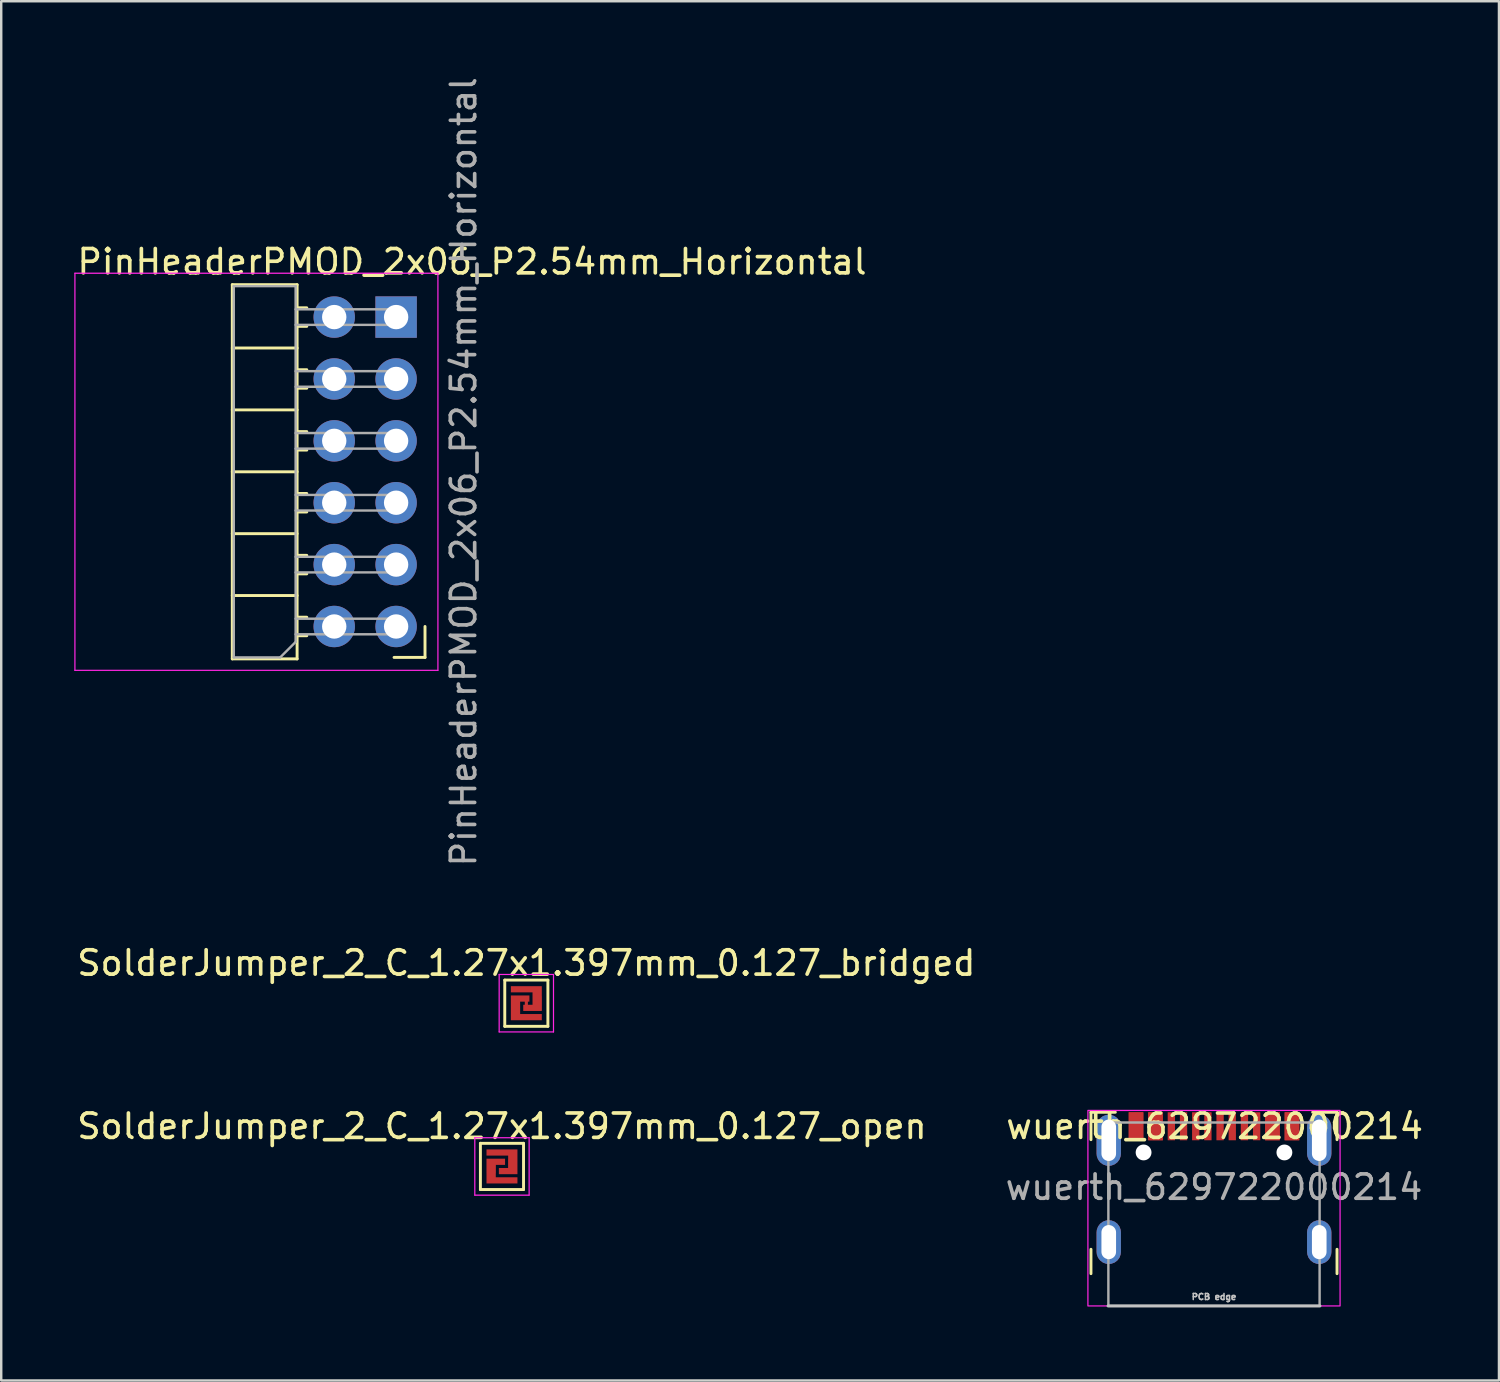
<source format=kicad_pcb>
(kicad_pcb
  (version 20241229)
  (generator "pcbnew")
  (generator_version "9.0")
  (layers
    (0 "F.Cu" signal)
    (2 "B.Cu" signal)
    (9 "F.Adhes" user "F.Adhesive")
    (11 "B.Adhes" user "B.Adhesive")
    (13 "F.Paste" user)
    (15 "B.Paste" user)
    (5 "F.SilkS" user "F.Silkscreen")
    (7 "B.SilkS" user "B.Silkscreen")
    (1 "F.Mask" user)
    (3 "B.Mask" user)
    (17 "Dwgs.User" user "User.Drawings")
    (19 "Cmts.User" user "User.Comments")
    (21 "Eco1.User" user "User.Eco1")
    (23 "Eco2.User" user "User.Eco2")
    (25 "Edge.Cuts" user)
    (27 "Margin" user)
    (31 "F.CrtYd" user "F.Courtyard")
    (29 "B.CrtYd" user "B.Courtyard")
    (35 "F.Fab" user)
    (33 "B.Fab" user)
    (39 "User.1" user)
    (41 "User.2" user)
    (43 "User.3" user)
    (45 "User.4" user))
  (footprint "PinHeaderPMOD_2x06_P2.54mm_Horizontal"
    (layer "F.Cu")
    (at 10.669 9.965)
    (property "Reference" "PinHeaderPMOD_2x06_P2.54mm_Horizontal" (at 5.655 -2.27 0) (layer "F.SilkS") (effects (font (size 1 1) (thickness 0.15))))
    (attr through_hole)
    (fp_line (start -4.184 -1.33) (end -4.184 14.03) (stroke (width 0.12) (type solid)) (layer "F.SilkS"))
    (fp_line (start -4.184 14.03) (end -1.524 14.03) (stroke (width 0.12) (type solid)) (layer "F.SilkS"))
    (fp_line (start -1.524 -1.33) (end -4.184 -1.33) (stroke (width 0.12) (type solid)) (layer "F.SilkS"))
    (fp_line (start -1.524 1.27) (end -4.184 1.27) (stroke (width 0.12) (type solid)) (layer "F.SilkS"))
    (fp_line (start -1.524 3.81) (end -4.184 3.81) (stroke (width 0.12) (type solid)) (layer "F.SilkS"))
    (fp_line (start -1.524 6.35) (end -4.184 6.35) (stroke (width 0.12) (type solid)) (layer "F.SilkS"))
    (fp_line (start -1.524 8.89) (end -4.184 8.89) (stroke (width 0.12) (type solid)) (layer "F.SilkS"))
    (fp_line (start -1.524 11.43) (end -4.184 11.43) (stroke (width 0.12) (type solid)) (layer "F.SilkS"))
    (fp_line (start -1.524 14.03) (end -1.524 -1.33) (stroke (width 0.12) (type solid)) (layer "F.SilkS"))
    (fp_line (start -1.127 -0.38) (end -1.524 -0.38) (stroke (width 0.12) (type solid)) (layer "F.SilkS"))
    (fp_line (start -1.127 0.38) (end -1.524 0.38) (stroke (width 0.12) (type solid)) (layer "F.SilkS"))
    (fp_line (start -1.127 2.16) (end -1.524 2.16) (stroke (width 0.12) (type solid)) (layer "F.SilkS"))
    (fp_line (start -1.127 2.92) (end -1.524 2.92) (stroke (width 0.12) (type solid)) (layer "F.SilkS"))
    (fp_line (start -1.127 4.7) (end -1.524 4.7) (stroke (width 0.12) (type solid)) (layer "F.SilkS"))
    (fp_line (start -1.127 5.46) (end -1.524 5.46) (stroke (width 0.12) (type solid)) (layer "F.SilkS"))
    (fp_line (start -1.127 7.24) (end -1.524 7.24) (stroke (width 0.12) (type solid)) (layer "F.SilkS"))
    (fp_line (start -1.127 8) (end -1.524 8) (stroke (width 0.12) (type solid)) (layer "F.SilkS"))
    (fp_line (start -1.127 9.78) (end -1.524 9.78) (stroke (width 0.12) (type solid)) (layer "F.SilkS"))
    (fp_line (start -1.127 10.54) (end -1.524 10.54) (stroke (width 0.12) (type solid)) (layer "F.SilkS"))
    (fp_line (start -1.127 12.32) (end -1.524 12.32) (stroke (width 0.12) (type solid)) (layer "F.SilkS"))
    (fp_line (start -1.127 13.08) (end -1.524 13.08) (stroke (width 0.12) (type solid)) (layer "F.SilkS"))
    (fp_line (start 3.726 12.7) (end 3.726 13.97) (stroke (width 0.12) (type solid)) (layer "F.SilkS"))
    (fp_line (start 3.726 13.97) (end 2.456 13.97) (stroke (width 0.12) (type solid)) (layer "F.SilkS"))
    (fp_line (start -10.644 -1.8) (end -10.644 14.5) (stroke (width 0.05) (type solid)) (layer "F.CrtYd"))
    (fp_line (start -10.644 14.5) (end 4.256 14.5) (stroke (width 0.05) (type solid)) (layer "F.CrtYd"))
    (fp_line (start 4.256 -1.8) (end -10.644 -1.8) (stroke (width 0.05) (type solid)) (layer "F.CrtYd"))
    (fp_line (start 4.256 14.5) (end 4.256 -1.8) (stroke (width 0.05) (type solid)) (layer "F.CrtYd"))
    (fp_line (start -4.124 -1.27) (end -1.584 -1.27) (stroke (width 0.1) (type solid)) (layer "F.Fab"))
    (fp_line (start -4.124 13.97) (end -4.124 -1.27) (stroke (width 0.1) (type solid)) (layer "F.Fab"))
    (fp_line (start -2.219 13.97) (end -4.124 13.97) (stroke (width 0.1) (type solid)) (layer "F.Fab"))
    (fp_line (start -1.584 -1.27) (end -1.584 13.335) (stroke (width 0.1) (type solid)) (layer "F.Fab"))
    (fp_line (start -1.584 13.335) (end -2.219 13.97) (stroke (width 0.1) (type solid)) (layer "F.Fab"))
    (fp_line (start 2.776 -0.32) (end -1.584 -0.32) (stroke (width 0.1) (type solid)) (layer "F.Fab"))
    (fp_line (start 2.776 0.32) (end -1.584 0.32) (stroke (width 0.1) (type solid)) (layer "F.Fab"))
    (fp_line (start 2.776 0.32) (end 2.776 -0.32) (stroke (width 0.1) (type solid)) (layer "F.Fab"))
    (fp_line (start 2.776 2.22) (end -1.584 2.22) (stroke (width 0.1) (type solid)) (layer "F.Fab"))
    (fp_line (start 2.776 2.86) (end -1.584 2.86) (stroke (width 0.1) (type solid)) (layer "F.Fab"))
    (fp_line (start 2.776 2.86) (end 2.776 2.22) (stroke (width 0.1) (type solid)) (layer "F.Fab"))
    (fp_line (start 2.776 4.76) (end -1.584 4.76) (stroke (width 0.1) (type solid)) (layer "F.Fab"))
    (fp_line (start 2.776 5.4) (end -1.584 5.4) (stroke (width 0.1) (type solid)) (layer "F.Fab"))
    (fp_line (start 2.776 5.4) (end 2.776 4.76) (stroke (width 0.1) (type solid)) (layer "F.Fab"))
    (fp_line (start 2.776 7.3) (end -1.584 7.3) (stroke (width 0.1) (type solid)) (layer "F.Fab"))
    (fp_line (start 2.776 7.94) (end -1.584 7.94) (stroke (width 0.1) (type solid)) (layer "F.Fab"))
    (fp_line (start 2.776 7.94) (end 2.776 7.3) (stroke (width 0.1) (type solid)) (layer "F.Fab"))
    (fp_line (start 2.776 9.84) (end -1.584 9.84) (stroke (width 0.1) (type solid)) (layer "F.Fab"))
    (fp_line (start 2.776 10.48) (end -1.584 10.48) (stroke (width 0.1) (type solid)) (layer "F.Fab"))
    (fp_line (start 2.776 10.48) (end 2.776 9.84) (stroke (width 0.1) (type solid)) (layer "F.Fab"))
    (fp_line (start 2.776 12.38) (end -1.584 12.38) (stroke (width 0.1) (type solid)) (layer "F.Fab"))
    (fp_line (start 2.776 13.02) (end -1.584 13.02) (stroke (width 0.1) (type solid)) (layer "F.Fab"))
    (fp_line (start 2.776 13.02) (end 2.776 12.38) (stroke (width 0.1) (type solid)) (layer "F.Fab"))
    (fp_text user "${REFERENCE}" (at 5.31 6.35 90) (layer "F.Fab") (effects (font (size 1 1) (thickness 0.15))))
    (pad "1" thru_hole rect (at 2.54 0) (size 1.7 1.7) (drill 1) (layers "*.Cu" "*.Mask"))
    (pad "2" thru_hole oval (at 2.54 2.54) (size 1.7 1.7) (drill 1) (layers "*.Cu" "*.Mask"))
    (pad "3" thru_hole oval (at 2.54 5.08) (size 1.7 1.7) (drill 1) (layers "*.Cu" "*.Mask"))
    (pad "4" thru_hole oval (at 2.54 7.62) (size 1.7 1.7) (drill 1) (layers "*.Cu" "*.Mask"))
    (pad "5" thru_hole oval (at 2.54 10.16) (size 1.7 1.7) (drill 1) (layers "*.Cu" "*.Mask"))
    (pad "6" thru_hole oval (at 2.54 12.7) (size 1.7 1.7) (drill 1) (layers "*.Cu" "*.Mask"))
    (pad "7" thru_hole circle (at 0 0) (size 1.7 1.7) (drill 1) (layers "*.Cu" "*.Mask"))
    (pad "8" thru_hole oval (at 0 2.54) (size 1.7 1.7) (drill 1) (layers "*.Cu" "*.Mask"))
    (pad "9" thru_hole oval (at 0 5.08) (size 1.7 1.7) (drill 1) (layers "*.Cu" "*.Mask"))
    (pad "10" thru_hole oval (at 0 7.62) (size 1.7 1.7) (drill 1) (layers "*.Cu" "*.Mask"))
    (pad "11" thru_hole oval (at 0 10.16) (size 1.7 1.7) (drill 1) (layers "*.Cu" "*.Mask"))
    (pad "12" thru_hole oval (at 0 12.7) (size 1.7 1.7) (drill 1) (layers "*.Cu" "*.Mask")))
  (footprint "SolderJumper_2_C_1.27x1.397mm_0.127_open"
    (layer "F.Cu")
    (at 17.554 44.828)
    (property "Reference" "SolderJumper_2_C_1.27x1.397mm_0.127_open" (at 0 -1.649 0) (layer "F.SilkS") (effects (font (size 1 1) (thickness 0.15))))
    (attr through_hole)
    (fp_poly (pts (xy -0.635 0.699) (xy 0.635 0.699) (xy 0.635 0.445) (xy -0.254 0.445) (xy -0.254 -0.064) (xy 0.127 -0.064) (xy 0.127 -0.318) (xy -0.635 -0.318)) (stroke (width 0) (type solid)) (fill yes) (layer "F.Cu"))
    (fp_poly (pts (xy 0.635 -0.699) (xy -0.635 -0.699) (xy -0.635 -0.445) (xy 0.254 -0.445) (xy 0.254 0.064) (xy -0.127 0.064) (xy -0.127 0.318) (xy 0.635 0.318)) (stroke (width 0) (type solid)) (fill yes) (layer "F.Cu"))
    (fp_poly (pts (xy 0.699 0.762) (xy -0.699 0.762) (xy -0.699 -0.762) (xy 0.699 -0.762)) (stroke (width 0) (type solid)) (fill yes) (layer "F.Mask"))
    (fp_line (start -0.885 -0.949) (end -0.885 0.949) (stroke (width 0.12) (type solid)) (layer "F.SilkS"))
    (fp_line (start -0.885 0.949) (end 0.885 0.949) (stroke (width 0.12) (type solid)) (layer "F.SilkS"))
    (fp_line (start 0.885 -0.949) (end -0.885 -0.949) (stroke (width 0.12) (type solid)) (layer "F.SilkS"))
    (fp_line (start 0.885 0.949) (end 0.885 -0.949) (stroke (width 0.12) (type solid)) (layer "F.SilkS"))
    (fp_line (start -1.115 -1.179) (end -1.115 1.179) (stroke (width 0.05) (type solid)) (layer "F.CrtYd"))
    (fp_line (start -1.115 1.179) (end 1.115 1.179) (stroke (width 0.05) (type solid)) (layer "F.CrtYd"))
    (fp_line (start 1.115 -1.179) (end -1.115 -1.179) (stroke (width 0.05) (type solid)) (layer "F.CrtYd"))
    (fp_line (start 1.115 1.179) (end 1.115 -1.179) (stroke (width 0.05) (type solid)) (layer "F.CrtYd"))
    (pad "1" smd rect (at -0.445 0) (size 0.343 0.572) (layers "F.Cu"))
    (pad "2" smd rect (at 0.445 0) (size 0.343 0.572) (layers "F.Cu")))
  (footprint "wuerth_629722000214"
    (layer "F.Cu")
    (at 46.78 45.589)
    (property "Reference" "wuerth_629722000214" (at 0.025 -2.41 0) (unlocked yes) (layer "F.SilkS") (effects (font (size 1 1) (thickness 0.15))))
    (attr smd)
    (fp_line (start -5.05 -2.985) (end -5.05 -1.86) (stroke (width 0.12) (type solid)) (layer "F.SilkS"))
    (fp_line (start -5.05 2.64) (end -5.05 3.64) (stroke (width 0.12) (type solid)) (layer "F.SilkS"))
    (fp_line (start -4.05 -2.985) (end -5.05 -2.985) (stroke (width 0.12) (type solid)) (layer "F.SilkS"))
    (fp_line (start 5.05 -2.985) (end 4.05 -2.985) (stroke (width 0.12) (type solid)) (layer "F.SilkS"))
    (fp_line (start 5.05 -1.86) (end 5.05 -2.985) (stroke (width 0.12) (type solid)) (layer "F.SilkS"))
    (fp_line (start 5.05 2.64) (end 5.05 3.64) (stroke (width 0.12) (type solid)) (layer "F.SilkS"))
    (fp_line (start -4.35 4.965) (end 4.35 4.965) (stroke (width 0.12) (type solid)) (layer "Dwgs.User"))
    (fp_rect (start -5.175 -3.06) (end 5.175 4.965) (stroke (width 0.05) (type solid)) (fill no) (layer "F.CrtYd"))
    (fp_rect (start -4.335 -2.565) (end 4.335 4.965) (stroke (width 0.1) (type default)) (fill no) (layer "F.Fab"))
    (fp_text user "PCB edge" (at 0 4.59 0) (unlocked yes) (layer "Dwgs.User") (effects (font (size 0.25 0.25) (thickness 0.062))))
    (fp_text user "${REFERENCE}" (at 0 0.09 0) (unlocked yes) (layer "F.Fab") (effects (font (size 1 1) (thickness 0.15))))
    (pad "" np_thru_hole circle (at -2.89 -1.335) (size 0.65 0.65) (drill 0.65) (layers "*.Cu"))
    (pad "" np_thru_hole circle (at 2.89 -1.335) (size 0.65 0.65) (drill 0.65) (layers "*.Cu"))
    (pad "A1" smd rect (at -3.2 -2.41) (size 0.6 1.15) (layers "F.Cu" "F.Mask" "F.Paste"))
    (pad "A4" smd rect (at -2.4 -2.41) (size 0.6 1.15) (layers "F.Cu" "F.Mask" "F.Paste"))
    (pad "A5" smd rect (at -1.25 -2.41) (size 0.3 1.15) (layers "F.Cu" "F.Mask" "F.Paste"))
    (pad "A6" smd rect (at -0.25 -2.41) (size 0.3 1.15) (layers "F.Cu" "F.Mask" "F.Paste"))
    (pad "A7" smd rect (at 0.25 -2.41) (size 0.3 1.15) (layers "F.Cu" "F.Mask" "F.Paste"))
    (pad "A8" smd rect (at 1.25 -2.41) (size 0.3 1.15) (layers "F.Cu" "F.Mask" "F.Paste"))
    (pad "A9" smd rect (at 2.4 -2.41) (size 0.6 1.15) (layers "F.Cu" "F.Mask" "F.Paste"))
    (pad "A12" smd rect (at 3.2 -2.41) (size 0.6 1.15) (layers "F.Cu" "F.Mask" "F.Paste"))
    (pad "B1" smd rect (at 3.2 -2.41) (size 0.6 1.15) (layers "F.Cu" "F.Mask" "F.Paste"))
    (pad "B4" smd rect (at 2.4 -2.41) (size 0.6 1.15) (layers "F.Cu" "F.Mask" "F.Paste"))
    (pad "B5" smd rect (at 1.75 -2.41) (size 0.3 1.15) (layers "F.Cu" "F.Mask" "F.Paste"))
    (pad "B6" smd rect (at 0.75 -2.41) (size 0.3 1.15) (layers "F.Cu" "F.Mask" "F.Paste"))
    (pad "B7" smd rect (at -0.75 -2.41) (size 0.3 1.15) (layers "F.Cu" "F.Mask" "F.Paste"))
    (pad "B8" smd rect (at -1.75 -2.41) (size 0.3 1.15) (layers "F.Cu" "F.Mask" "F.Paste"))
    (pad "B9" smd rect (at -2.4 -2.41) (size 0.6 1.15) (layers "F.Cu" "F.Mask" "F.Paste"))
    (pad "B12" smd rect (at -3.2 -2.41) (size 0.6 1.15) (layers "F.Cu" "F.Mask" "F.Paste"))
    (pad "S1" thru_hole roundrect (at -4.32 -1.835) (size 1 2.1) (drill oval 0.6 1.7) (layers "*.Cu" "*.Mask") (roundrect_rratio 0.5))
    (pad "S1" thru_hole roundrect (at -4.32 2.345) (size 1 1.8) (drill oval 0.6 1.4) (layers "*.Cu" "*.Mask") (roundrect_rratio 0.5))
    (pad "S1" thru_hole roundrect (at 4.32 -1.835) (size 1 2.1) (drill oval 0.6 1.7) (layers "*.Cu" "*.Mask") (roundrect_rratio 0.5))
    (pad "S1" thru_hole roundrect (at 4.32 2.345) (size 1 1.8) (drill oval 0.6 1.4) (layers "*.Cu" "*.Mask") (roundrect_rratio 0.5)))
  (footprint "SolderJumper_2_C_1.27x1.397mm_0.127_bridged"
    (layer "F.Cu")
    (at 18.554 38.128)
    (property "Reference" "SolderJumper_2_C_1.27x1.397mm_0.127_bridged" (at 0 -1.649 0) (layer "F.SilkS") (effects (font (size 1 1) (thickness 0.15))))
    (attr through_hole)
    (fp_poly (pts (xy 0.064 0.191) (xy -0.064 0.191) (xy -0.064 -0.191) (xy 0.064 -0.191)) (stroke (width 0) (type solid)) (fill yes) (layer "F.Cu"))
    (fp_poly (pts (xy -0.635 0.699) (xy 0.635 0.699) (xy 0.635 0.445) (xy -0.254 0.445) (xy -0.254 -0.064) (xy 0.127 -0.064) (xy 0.127 -0.318) (xy -0.635 -0.318)) (stroke (width 0) (type solid)) (fill yes) (layer "F.Cu"))
    (fp_poly (pts (xy 0.635 -0.699) (xy -0.635 -0.699) (xy -0.635 -0.445) (xy 0.254 -0.445) (xy 0.254 0.064) (xy -0.127 0.064) (xy -0.127 0.318) (xy 0.635 0.318)) (stroke (width 0) (type solid)) (fill yes) (layer "F.Cu"))
    (fp_poly (pts (xy 0.699 0.762) (xy -0.699 0.762) (xy -0.699 -0.762) (xy 0.699 -0.762)) (stroke (width 0) (type solid)) (fill yes) (layer "F.Mask"))
    (fp_line (start -0.885 -0.949) (end -0.885 0.949) (stroke (width 0.12) (type solid)) (layer "F.SilkS"))
    (fp_line (start -0.885 0.949) (end 0.885 0.949) (stroke (width 0.12) (type solid)) (layer "F.SilkS"))
    (fp_line (start 0.885 -0.949) (end -0.885 -0.949) (stroke (width 0.12) (type solid)) (layer "F.SilkS"))
    (fp_line (start 0.885 0.949) (end 0.885 -0.949) (stroke (width 0.12) (type solid)) (layer "F.SilkS"))
    (fp_line (start -1.115 -1.179) (end -1.115 1.179) (stroke (width 0.05) (type solid)) (layer "F.CrtYd"))
    (fp_line (start -1.115 1.179) (end 1.115 1.179) (stroke (width 0.05) (type solid)) (layer "F.CrtYd"))
    (fp_line (start 1.115 -1.179) (end -1.115 -1.179) (stroke (width 0.05) (type solid)) (layer "F.CrtYd"))
    (fp_line (start 1.115 1.179) (end 1.115 -1.179) (stroke (width 0.05) (type solid)) (layer "F.CrtYd"))
    (pad "1" smd rect (at -0.445 0) (size 0.343 0.572) (layers "F.Cu"))
    (pad "2" smd rect (at 0.445 0) (size 0.343 0.572) (layers "F.Cu")))
  (gr_rect
    (start -3 -3)
    (end 58.477 53.614)
    (stroke (width 0.1) (type default))
    (fill no)
    (layer "Edge.Cuts")))
</source>
